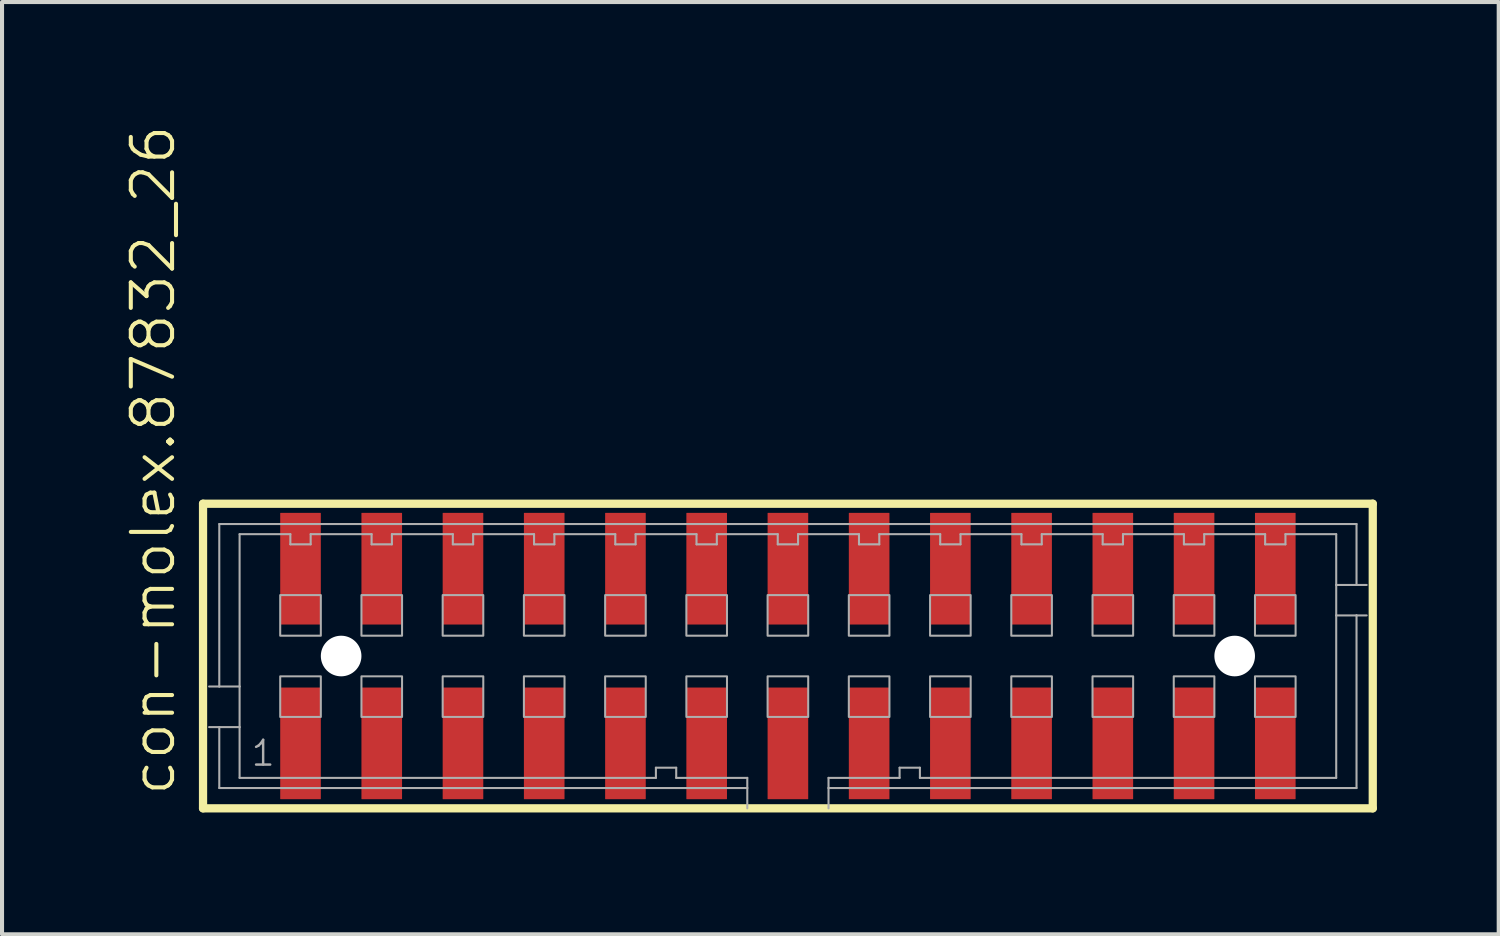
<source format=kicad_pcb>
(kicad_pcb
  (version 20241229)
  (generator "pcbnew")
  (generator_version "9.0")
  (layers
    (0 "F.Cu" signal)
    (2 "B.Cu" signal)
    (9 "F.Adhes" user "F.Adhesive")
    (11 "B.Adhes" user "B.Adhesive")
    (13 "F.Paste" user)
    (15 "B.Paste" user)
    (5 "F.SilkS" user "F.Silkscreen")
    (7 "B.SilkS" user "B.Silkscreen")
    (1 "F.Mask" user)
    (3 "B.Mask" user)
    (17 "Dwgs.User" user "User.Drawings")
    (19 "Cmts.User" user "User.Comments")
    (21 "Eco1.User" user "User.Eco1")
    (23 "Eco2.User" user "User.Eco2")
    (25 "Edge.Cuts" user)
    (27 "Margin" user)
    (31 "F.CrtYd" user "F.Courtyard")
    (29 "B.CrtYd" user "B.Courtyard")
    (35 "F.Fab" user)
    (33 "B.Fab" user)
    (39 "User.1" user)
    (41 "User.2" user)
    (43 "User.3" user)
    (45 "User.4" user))
  (footprint "con-molex.87832_26"
    (layer "F.Cu")
    (at 16.349 13.102)
    (property "Reference" "con-molex.87832_26" (at -15.033 3.493 90) (layer "F.SilkS") (effects (font (size 1.016 1.016) (thickness 0.1)) (justify left bottom)))
    (attr smd)
    (fp_line (start -14.4 -3.75) (end 14.4 -3.75) (stroke (width 0.203) (type default)) (layer "F.SilkS"))
    (fp_line (start -14.4 3.75) (end -14.4 -3.75) (stroke (width 0.203) (type default)) (layer "F.SilkS"))
    (fp_line (start 14.4 -3.75) (end 14.4 3.75) (stroke (width 0.203) (type default)) (layer "F.SilkS"))
    (fp_line (start 14.4 3.75) (end -14.4 3.75) (stroke (width 0.203) (type default)) (layer "F.SilkS"))
    (fp_line (start -14 -3.25) (end 14 -3.25) (stroke (width 0.051) (type default)) (layer "F.Fab"))
    (fp_line (start -14 0.75) (end -14.25 0.75) (stroke (width 0.051) (type default)) (layer "F.Fab"))
    (fp_line (start -14 0.75) (end -14 -3.25) (stroke (width 0.051) (type default)) (layer "F.Fab"))
    (fp_line (start -14 1.75) (end -14.25 1.75) (stroke (width 0.051) (type default)) (layer "F.Fab"))
    (fp_line (start -14 3.25) (end -14 1.75) (stroke (width 0.051) (type default)) (layer "F.Fab"))
    (fp_line (start -13.5 -3) (end -13.5 0.75) (stroke (width 0.051) (type default)) (layer "F.Fab"))
    (fp_line (start -13.5 0.75) (end -14 0.75) (stroke (width 0.051) (type default)) (layer "F.Fab"))
    (fp_line (start -13.5 0.75) (end -13.5 1.75) (stroke (width 0.051) (type default)) (layer "F.Fab"))
    (fp_line (start -13.5 1.75) (end -14 1.75) (stroke (width 0.051) (type default)) (layer "F.Fab"))
    (fp_line (start -13.5 1.75) (end -13.5 3) (stroke (width 0.051) (type default)) (layer "F.Fab"))
    (fp_line (start -13.5 3) (end -3.25 3) (stroke (width 0.051) (type default)) (layer "F.Fab"))
    (fp_line (start -12.25 -3) (end -13.5 -3) (stroke (width 0.051) (type default)) (layer "F.Fab"))
    (fp_line (start -12.25 -2.75) (end -12.25 -3) (stroke (width 0.051) (type default)) (layer "F.Fab"))
    (fp_line (start -11.75 -3) (end -11.75 -2.75) (stroke (width 0.051) (type default)) (layer "F.Fab"))
    (fp_line (start -11.75 -2.75) (end -12.25 -2.75) (stroke (width 0.051) (type default)) (layer "F.Fab"))
    (fp_line (start -10.25 -3) (end -11.75 -3) (stroke (width 0.051) (type default)) (layer "F.Fab"))
    (fp_line (start -10.25 -2.75) (end -10.25 -3) (stroke (width 0.051) (type default)) (layer "F.Fab"))
    (fp_line (start -9.75 -3) (end -9.75 -2.75) (stroke (width 0.051) (type default)) (layer "F.Fab"))
    (fp_line (start -9.75 -2.75) (end -10.25 -2.75) (stroke (width 0.051) (type default)) (layer "F.Fab"))
    (fp_line (start -8.25 -3) (end -9.75 -3) (stroke (width 0.051) (type default)) (layer "F.Fab"))
    (fp_line (start -8.25 -2.75) (end -8.25 -3) (stroke (width 0.051) (type default)) (layer "F.Fab"))
    (fp_line (start -7.75 -3) (end -7.75 -2.75) (stroke (width 0.051) (type default)) (layer "F.Fab"))
    (fp_line (start -7.75 -2.75) (end -8.25 -2.75) (stroke (width 0.051) (type default)) (layer "F.Fab"))
    (fp_line (start -6.25 -3) (end -7.75 -3) (stroke (width 0.051) (type default)) (layer "F.Fab"))
    (fp_line (start -6.25 -2.75) (end -6.25 -3) (stroke (width 0.051) (type default)) (layer "F.Fab"))
    (fp_line (start -5.75 -3) (end -5.75 -2.75) (stroke (width 0.051) (type default)) (layer "F.Fab"))
    (fp_line (start -5.75 -2.75) (end -6.25 -2.75) (stroke (width 0.051) (type default)) (layer "F.Fab"))
    (fp_line (start -4.25 -3) (end -5.75 -3) (stroke (width 0.051) (type default)) (layer "F.Fab"))
    (fp_line (start -4.25 -2.75) (end -4.25 -3) (stroke (width 0.051) (type default)) (layer "F.Fab"))
    (fp_line (start -3.75 -3) (end -3.75 -2.75) (stroke (width 0.051) (type default)) (layer "F.Fab"))
    (fp_line (start -3.75 -2.75) (end -4.25 -2.75) (stroke (width 0.051) (type default)) (layer "F.Fab"))
    (fp_line (start -3.25 2.75) (end -2.75 2.75) (stroke (width 0.051) (type default)) (layer "F.Fab"))
    (fp_line (start -3.25 3) (end -3.25 2.75) (stroke (width 0.051) (type default)) (layer "F.Fab"))
    (fp_line (start -2.75 2.75) (end -2.75 3) (stroke (width 0.051) (type default)) (layer "F.Fab"))
    (fp_line (start -2.75 3) (end -1 3) (stroke (width 0.051) (type default)) (layer "F.Fab"))
    (fp_line (start -2.25 -3) (end -3.75 -3) (stroke (width 0.051) (type default)) (layer "F.Fab"))
    (fp_line (start -2.25 -2.75) (end -2.25 -3) (stroke (width 0.051) (type default)) (layer "F.Fab"))
    (fp_line (start -1.75 -3) (end -1.75 -2.75) (stroke (width 0.051) (type default)) (layer "F.Fab"))
    (fp_line (start -1.75 -2.75) (end -2.25 -2.75) (stroke (width 0.051) (type default)) (layer "F.Fab"))
    (fp_line (start -1 3) (end -1 3.25) (stroke (width 0.051) (type default)) (layer "F.Fab"))
    (fp_line (start -1 3.25) (end -14 3.25) (stroke (width 0.051) (type default)) (layer "F.Fab"))
    (fp_line (start -1 3.25) (end -1 3.75) (stroke (width 0.051) (type default)) (layer "F.Fab"))
    (fp_line (start -0.25 -3) (end -1.75 -3) (stroke (width 0.051) (type default)) (layer "F.Fab"))
    (fp_line (start -0.25 -2.75) (end -0.25 -3) (stroke (width 0.051) (type default)) (layer "F.Fab"))
    (fp_line (start 0.25 -3) (end 0.25 -2.75) (stroke (width 0.051) (type default)) (layer "F.Fab"))
    (fp_line (start 0.25 -2.75) (end -0.25 -2.75) (stroke (width 0.051) (type default)) (layer "F.Fab"))
    (fp_line (start 1 3) (end 2.75 3) (stroke (width 0.051) (type default)) (layer "F.Fab"))
    (fp_line (start 1 3.25) (end 1 3) (stroke (width 0.051) (type default)) (layer "F.Fab"))
    (fp_line (start 1 3.75) (end 1 3.25) (stroke (width 0.051) (type default)) (layer "F.Fab"))
    (fp_line (start 1.75 -3) (end 0.25 -3) (stroke (width 0.051) (type default)) (layer "F.Fab"))
    (fp_line (start 1.75 -2.75) (end 1.75 -3) (stroke (width 0.051) (type default)) (layer "F.Fab"))
    (fp_line (start 2.25 -3) (end 2.25 -2.75) (stroke (width 0.051) (type default)) (layer "F.Fab"))
    (fp_line (start 2.25 -2.75) (end 1.75 -2.75) (stroke (width 0.051) (type default)) (layer "F.Fab"))
    (fp_line (start 2.75 2.75) (end 3.25 2.75) (stroke (width 0.051) (type default)) (layer "F.Fab"))
    (fp_line (start 2.75 3) (end 2.75 2.75) (stroke (width 0.051) (type default)) (layer "F.Fab"))
    (fp_line (start 3.25 2.75) (end 3.25 3) (stroke (width 0.051) (type default)) (layer "F.Fab"))
    (fp_line (start 3.25 3) (end 13.5 3) (stroke (width 0.051) (type default)) (layer "F.Fab"))
    (fp_line (start 3.75 -3) (end 2.25 -3) (stroke (width 0.051) (type default)) (layer "F.Fab"))
    (fp_line (start 3.75 -2.75) (end 3.75 -3) (stroke (width 0.051) (type default)) (layer "F.Fab"))
    (fp_line (start 4.25 -3) (end 4.25 -2.75) (stroke (width 0.051) (type default)) (layer "F.Fab"))
    (fp_line (start 4.25 -2.75) (end 3.75 -2.75) (stroke (width 0.051) (type default)) (layer "F.Fab"))
    (fp_line (start 5.75 -3) (end 4.25 -3) (stroke (width 0.051) (type default)) (layer "F.Fab"))
    (fp_line (start 5.75 -2.75) (end 5.75 -3) (stroke (width 0.051) (type default)) (layer "F.Fab"))
    (fp_line (start 6.25 -3) (end 6.25 -2.75) (stroke (width 0.051) (type default)) (layer "F.Fab"))
    (fp_line (start 6.25 -2.75) (end 5.75 -2.75) (stroke (width 0.051) (type default)) (layer "F.Fab"))
    (fp_line (start 7.75 -3) (end 6.25 -3) (stroke (width 0.051) (type default)) (layer "F.Fab"))
    (fp_line (start 7.75 -2.75) (end 7.75 -3) (stroke (width 0.051) (type default)) (layer "F.Fab"))
    (fp_line (start 8.25 -3) (end 8.25 -2.75) (stroke (width 0.051) (type default)) (layer "F.Fab"))
    (fp_line (start 8.25 -2.75) (end 7.75 -2.75) (stroke (width 0.051) (type default)) (layer "F.Fab"))
    (fp_line (start 9.75 -3) (end 8.25 -3) (stroke (width 0.051) (type default)) (layer "F.Fab"))
    (fp_line (start 9.75 -2.75) (end 9.75 -3) (stroke (width 0.051) (type default)) (layer "F.Fab"))
    (fp_line (start 10.25 -3) (end 10.25 -2.75) (stroke (width 0.051) (type default)) (layer "F.Fab"))
    (fp_line (start 10.25 -2.75) (end 9.75 -2.75) (stroke (width 0.051) (type default)) (layer "F.Fab"))
    (fp_line (start 11.75 -3) (end 10.25 -3) (stroke (width 0.051) (type default)) (layer "F.Fab"))
    (fp_line (start 11.75 -2.75) (end 11.75 -3) (stroke (width 0.051) (type default)) (layer "F.Fab"))
    (fp_line (start 12.25 -3) (end 12.25 -2.75) (stroke (width 0.051) (type default)) (layer "F.Fab"))
    (fp_line (start 12.25 -2.75) (end 11.75 -2.75) (stroke (width 0.051) (type default)) (layer "F.Fab"))
    (fp_line (start 13.5 -3) (end 12.25 -3) (stroke (width 0.051) (type default)) (layer "F.Fab"))
    (fp_line (start 13.5 -1.75) (end 13.5 -3) (stroke (width 0.051) (type default)) (layer "F.Fab"))
    (fp_line (start 13.5 -1.75) (end 14 -1.75) (stroke (width 0.051) (type default)) (layer "F.Fab"))
    (fp_line (start 13.5 -1) (end 13.5 -1.75) (stroke (width 0.051) (type default)) (layer "F.Fab"))
    (fp_line (start 13.5 -1) (end 14 -1) (stroke (width 0.051) (type default)) (layer "F.Fab"))
    (fp_line (start 13.5 3) (end 13.5 -1) (stroke (width 0.051) (type default)) (layer "F.Fab"))
    (fp_line (start 14 -3.25) (end 14 -1.75) (stroke (width 0.051) (type default)) (layer "F.Fab"))
    (fp_line (start 14 -1.75) (end 14.25 -1.75) (stroke (width 0.051) (type default)) (layer "F.Fab"))
    (fp_line (start 14 -1) (end 14 3.25) (stroke (width 0.051) (type default)) (layer "F.Fab"))
    (fp_line (start 14 -1) (end 14.25 -1) (stroke (width 0.051) (type default)) (layer "F.Fab"))
    (fp_line (start 14 3.25) (end 1 3.25) (stroke (width 0.051) (type default)) (layer "F.Fab"))
    (fp_rect (start -12.5 -0.5) (end -11.5 -1.5) (stroke (width 0.05) (type default)) (fill no) (layer "F.Fab"))
    (fp_rect (start -12.5 1.5) (end -11.5 0.5) (stroke (width 0.05) (type default)) (fill no) (layer "F.Fab"))
    (fp_rect (start -10.5 -0.5) (end -9.5 -1.5) (stroke (width 0.05) (type default)) (fill no) (layer "F.Fab"))
    (fp_rect (start -10.5 1.5) (end -9.5 0.5) (stroke (width 0.05) (type default)) (fill no) (layer "F.Fab"))
    (fp_rect (start -8.5 -0.5) (end -7.5 -1.5) (stroke (width 0.05) (type default)) (fill no) (layer "F.Fab"))
    (fp_rect (start -8.5 1.5) (end -7.5 0.5) (stroke (width 0.05) (type default)) (fill no) (layer "F.Fab"))
    (fp_rect (start -6.5 -0.5) (end -5.5 -1.5) (stroke (width 0.05) (type default)) (fill no) (layer "F.Fab"))
    (fp_rect (start -6.5 1.5) (end -5.5 0.5) (stroke (width 0.05) (type default)) (fill no) (layer "F.Fab"))
    (fp_rect (start -4.5 -0.5) (end -3.5 -1.5) (stroke (width 0.05) (type default)) (fill no) (layer "F.Fab"))
    (fp_rect (start -4.5 1.5) (end -3.5 0.5) (stroke (width 0.05) (type default)) (fill no) (layer "F.Fab"))
    (fp_rect (start -2.5 -0.5) (end -1.5 -1.5) (stroke (width 0.05) (type default)) (fill no) (layer "F.Fab"))
    (fp_rect (start -2.5 1.5) (end -1.5 0.5) (stroke (width 0.05) (type default)) (fill no) (layer "F.Fab"))
    (fp_rect (start -0.5 -0.5) (end 0.5 -1.5) (stroke (width 0.05) (type default)) (fill no) (layer "F.Fab"))
    (fp_rect (start -0.5 1.5) (end 0.5 0.5) (stroke (width 0.05) (type default)) (fill no) (layer "F.Fab"))
    (fp_rect (start 1.5 -0.5) (end 2.5 -1.5) (stroke (width 0.05) (type default)) (fill no) (layer "F.Fab"))
    (fp_rect (start 1.5 1.5) (end 2.5 0.5) (stroke (width 0.05) (type default)) (fill no) (layer "F.Fab"))
    (fp_rect (start 3.5 -0.5) (end 4.5 -1.5) (stroke (width 0.05) (type default)) (fill no) (layer "F.Fab"))
    (fp_rect (start 3.5 1.5) (end 4.5 0.5) (stroke (width 0.05) (type default)) (fill no) (layer "F.Fab"))
    (fp_rect (start 5.5 -0.5) (end 6.5 -1.5) (stroke (width 0.05) (type default)) (fill no) (layer "F.Fab"))
    (fp_rect (start 5.5 1.5) (end 6.5 0.5) (stroke (width 0.05) (type default)) (fill no) (layer "F.Fab"))
    (fp_rect (start 7.5 -0.5) (end 8.5 -1.5) (stroke (width 0.05) (type default)) (fill no) (layer "F.Fab"))
    (fp_rect (start 7.5 1.5) (end 8.5 0.5) (stroke (width 0.05) (type default)) (fill no) (layer "F.Fab"))
    (fp_rect (start 9.5 -0.5) (end 10.5 -1.5) (stroke (width 0.05) (type default)) (fill no) (layer "F.Fab"))
    (fp_rect (start 9.5 1.5) (end 10.5 0.5) (stroke (width 0.05) (type default)) (fill no) (layer "F.Fab"))
    (fp_rect (start 11.5 -0.5) (end 12.5 -1.5) (stroke (width 0.05) (type default)) (fill no) (layer "F.Fab"))
    (fp_rect (start 11.5 1.5) (end 12.5 0.5) (stroke (width 0.05) (type default)) (fill no) (layer "F.Fab"))
    (fp_text user "1" (at -13.25 2.75 0) (layer "F.Fab") (effects (font (size 0.61 0.61) (thickness 0.06)) (justify left bottom)))
    (pad "" np_thru_hole circle (at -11 0) (size 1 1) (drill 1) (layers "*.Cu" "*.Mask"))
    (pad "" np_thru_hole circle (at 11 0) (size 1 1) (drill 1) (layers "*.Cu" "*.Mask"))
    (pad "1" smd roundrect (at -12 2.15) (size 1 2.75) (layers "F.Cu" "F.Mask" "F.Paste") (roundrect_rratio 0.01))
    (pad "2" smd roundrect (at -12 -2.15) (size 1 2.75) (layers "F.Cu" "F.Mask" "F.Paste") (roundrect_rratio 0.01))
    (pad "3" smd roundrect (at -10 2.15) (size 1 2.75) (layers "F.Cu" "F.Mask" "F.Paste") (roundrect_rratio 0.01))
    (pad "4" smd roundrect (at -10 -2.15) (size 1 2.75) (layers "F.Cu" "F.Mask" "F.Paste") (roundrect_rratio 0.01))
    (pad "5" smd roundrect (at -8 2.15) (size 1 2.75) (layers "F.Cu" "F.Mask" "F.Paste") (roundrect_rratio 0.01))
    (pad "6" smd roundrect (at -8 -2.15) (size 1 2.75) (layers "F.Cu" "F.Mask" "F.Paste") (roundrect_rratio 0.01))
    (pad "7" smd roundrect (at -6 2.15) (size 1 2.75) (layers "F.Cu" "F.Mask" "F.Paste") (roundrect_rratio 0.01))
    (pad "8" smd roundrect (at -6 -2.15) (size 1 2.75) (layers "F.Cu" "F.Mask" "F.Paste") (roundrect_rratio 0.01))
    (pad "9" smd roundrect (at -4 2.15 180) (size 1 2.75) (layers "F.Cu" "F.Mask" "F.Paste") (roundrect_rratio 0.01))
    (pad "10" smd roundrect (at -4 -2.15 180) (size 1 2.75) (layers "F.Cu" "F.Mask" "F.Paste") (roundrect_rratio 0.01))
    (pad "11" smd roundrect (at -2 2.15) (size 1 2.75) (layers "F.Cu" "F.Mask" "F.Paste") (roundrect_rratio 0.01))
    (pad "12" smd roundrect (at -2 -2.15) (size 1 2.75) (layers "F.Cu" "F.Mask" "F.Paste") (roundrect_rratio 0.01))
    (pad "13" smd roundrect (at 0 2.15) (size 1 2.75) (layers "F.Cu" "F.Mask" "F.Paste") (roundrect_rratio 0.01))
    (pad "14" smd roundrect (at 0 -2.15) (size 1 2.75) (layers "F.Cu" "F.Mask" "F.Paste") (roundrect_rratio 0.01))
    (pad "15" smd roundrect (at 2 2.15 180) (size 1 2.75) (layers "F.Cu" "F.Mask" "F.Paste") (roundrect_rratio 0.01))
    (pad "16" smd roundrect (at 2 -2.15) (size 1 2.75) (layers "F.Cu" "F.Mask" "F.Paste") (roundrect_rratio 0.01))
    (pad "17" smd roundrect (at 4 2.15 180) (size 1 2.75) (layers "F.Cu" "F.Mask" "F.Paste") (roundrect_rratio 0.01))
    (pad "18" smd roundrect (at 4 -2.15) (size 1 2.75) (layers "F.Cu" "F.Mask" "F.Paste") (roundrect_rratio 0.01))
    (pad "19" smd roundrect (at 6 2.15 180) (size 1 2.75) (layers "F.Cu" "F.Mask" "F.Paste") (roundrect_rratio 0.01))
    (pad "20" smd roundrect (at 6 -2.15) (size 1 2.75) (layers "F.Cu" "F.Mask" "F.Paste") (roundrect_rratio 0.01))
    (pad "21" smd roundrect (at 8 2.15 180) (size 1 2.75) (layers "F.Cu" "F.Mask" "F.Paste") (roundrect_rratio 0.01))
    (pad "22" smd roundrect (at 8 -2.15) (size 1 2.75) (layers "F.Cu" "F.Mask" "F.Paste") (roundrect_rratio 0.01))
    (pad "23" smd roundrect (at 10 2.15 180) (size 1 2.75) (layers "F.Cu" "F.Mask" "F.Paste") (roundrect_rratio 0.01))
    (pad "24" smd roundrect (at 10 -2.15) (size 1 2.75) (layers "F.Cu" "F.Mask" "F.Paste") (roundrect_rratio 0.01))
    (pad "25" smd roundrect (at 12 2.15 180) (size 1 2.75) (layers "F.Cu" "F.Mask" "F.Paste") (roundrect_rratio 0.01))
    (pad "26" smd roundrect (at 12 -2.15) (size 1 2.75) (layers "F.Cu" "F.Mask" "F.Paste") (roundrect_rratio 0.01)))
  (gr_rect
    (start -3 -3)
    (end 33.85 19.954)
    (stroke (width 0.1) (type default))
    (fill no)
    (layer "Edge.Cuts")))
</source>
